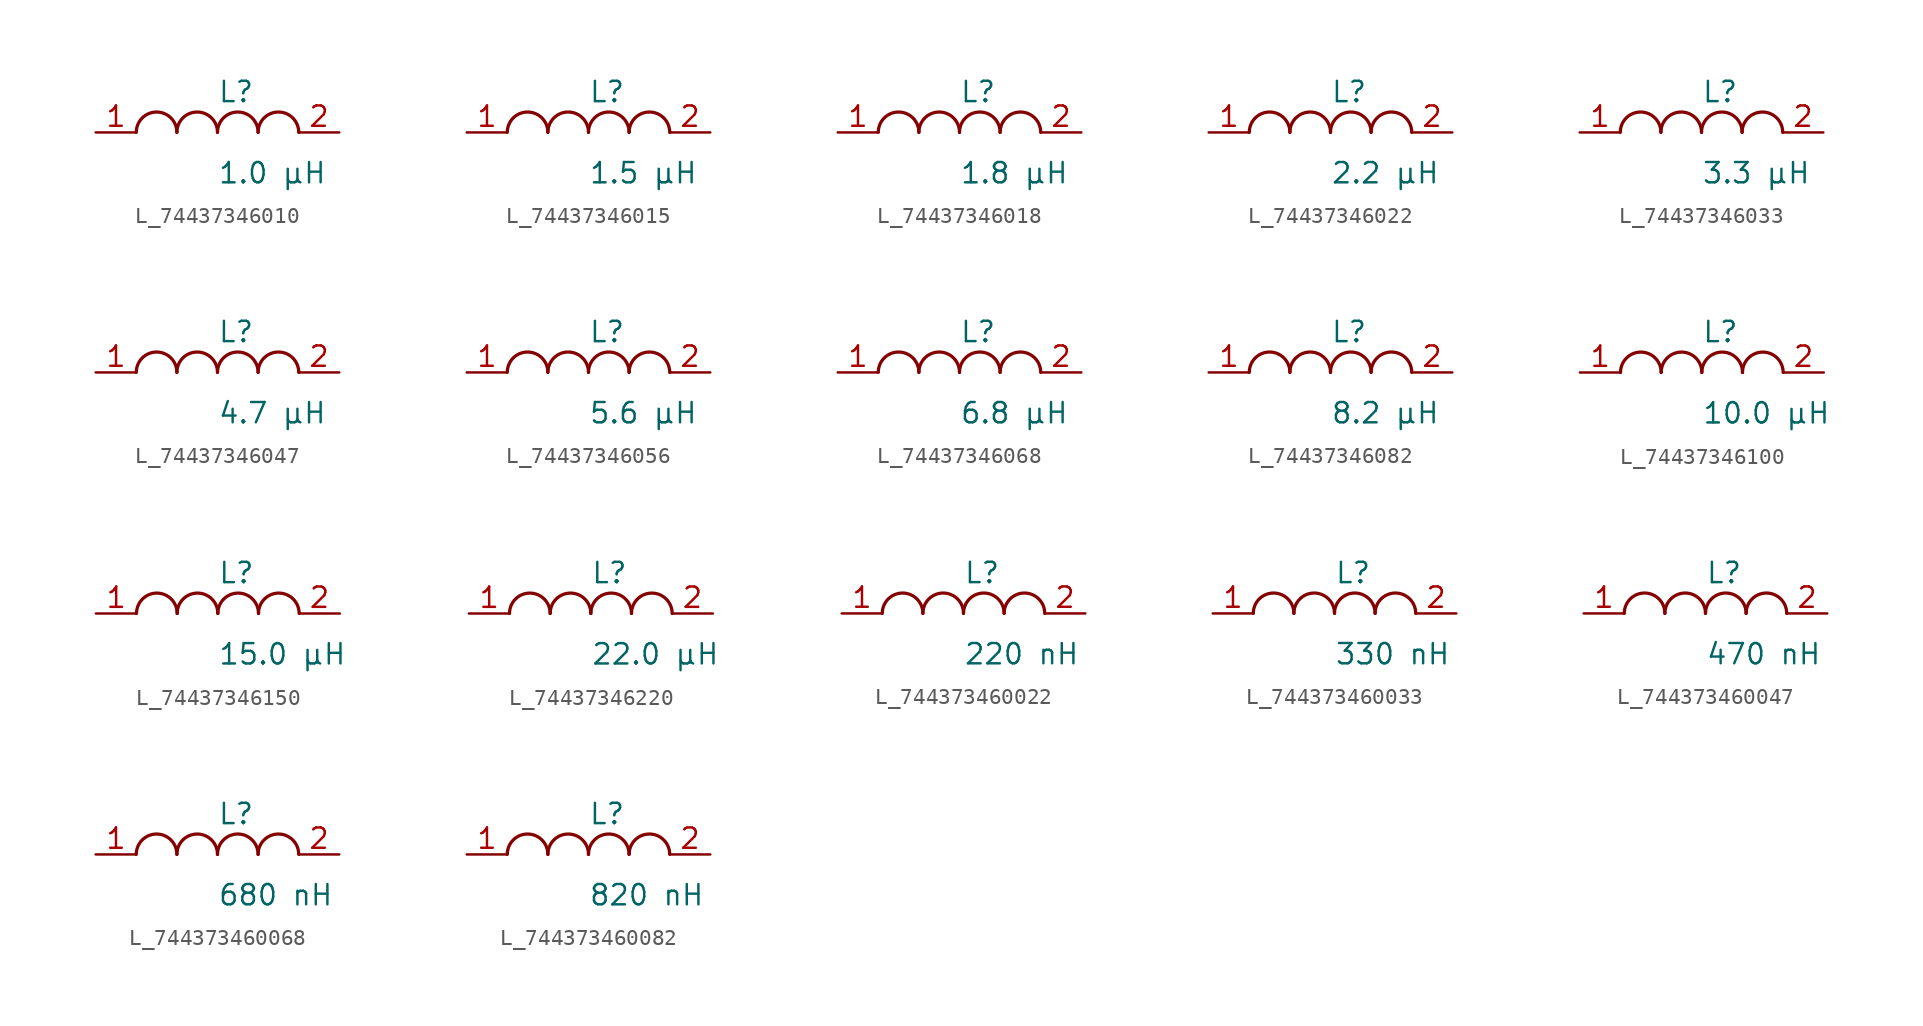
<source format=kicad_sym>
(kicad_symbol_lib
  (version 20231120)
  (generator kicad_symbol_editor)
  (generator_version 8.0)
  (symbol "L_74437346010"
    (pin_names
      (offset 0.254))
    (property "Reference" "L"
      (at 0 2.54 0)
      (effects (font (size 1.27 1.27)) (justify left)))
    (property "Value" "1.0 µH"
      (at 0 -2.54 0)
      (effects (font (size 1.27 1.27)) (justify left)))
    (symbol "L_74437346010_1_1"
      (arc (start -2.54 0.0056) (mid -3.81 1.27) (end -5.08 0.0056) (stroke (width 0.2032) (type default)) (fill (type none)))
      (arc (start 0 0.0056) (mid -1.27 1.27) (end -2.54 0.0056) (stroke (width 0.2032) (type default)) (fill (type none)))
      (arc (start 2.54 0.0056) (mid 1.27 1.27) (end 0 0.0056) (stroke (width 0.2032) (type default)) (fill (type none)))
      (arc (start 5.08 0.0056) (mid 3.81 1.27) (end 2.54 0.0056) (stroke (width 0.2032) (type default)) (fill (type none)))
      (pin unspecified line (at -7.62 0 0) (length 2.54) (name "" (effects (font (size 1.27 1.27)))) (number "1" (effects (font (size 1.27 1.27)))))
      (pin unspecified line (at 7.62 0 180) (length 2.54) (name "" (effects (font (size 1.27 1.27)))) (number "2" (effects (font (size 1.27 1.27)))))))
  (symbol "L_74437346015"
    (pin_names
      (offset 0.254))
    (property "Reference" "L"
      (at 0 2.54 0)
      (effects (font (size 1.27 1.27)) (justify left)))
    (property "Value" "1.5 µH"
      (at 0 -2.54 0)
      (effects (font (size 1.27 1.27)) (justify left)))
    (symbol "L_74437346015_1_1"
      (arc (start -2.54 0.0056) (mid -3.81 1.27) (end -5.08 0.0056) (stroke (width 0.2032) (type default)) (fill (type none)))
      (arc (start 0 0.0056) (mid -1.27 1.27) (end -2.54 0.0056) (stroke (width 0.2032) (type default)) (fill (type none)))
      (arc (start 2.54 0.0056) (mid 1.27 1.27) (end 0 0.0056) (stroke (width 0.2032) (type default)) (fill (type none)))
      (arc (start 5.08 0.0056) (mid 3.81 1.27) (end 2.54 0.0056) (stroke (width 0.2032) (type default)) (fill (type none)))
      (pin unspecified line (at -7.62 0 0) (length 2.54) (name "" (effects (font (size 1.27 1.27)))) (number "1" (effects (font (size 1.27 1.27)))))
      (pin unspecified line (at 7.62 0 180) (length 2.54) (name "" (effects (font (size 1.27 1.27)))) (number "2" (effects (font (size 1.27 1.27)))))))
  (symbol "L_74437346018"
    (pin_names
      (offset 0.254))
    (property "Reference" "L"
      (at 0 2.54 0)
      (effects (font (size 1.27 1.27)) (justify left)))
    (property "Value" "1.8 µH"
      (at 0 -2.54 0)
      (effects (font (size 1.27 1.27)) (justify left)))
    (symbol "L_74437346018_1_1"
      (arc (start -2.54 0.0056) (mid -3.81 1.27) (end -5.08 0.0056) (stroke (width 0.2032) (type default)) (fill (type none)))
      (arc (start 0 0.0056) (mid -1.27 1.27) (end -2.54 0.0056) (stroke (width 0.2032) (type default)) (fill (type none)))
      (arc (start 2.54 0.0056) (mid 1.27 1.27) (end 0 0.0056) (stroke (width 0.2032) (type default)) (fill (type none)))
      (arc (start 5.08 0.0056) (mid 3.81 1.27) (end 2.54 0.0056) (stroke (width 0.2032) (type default)) (fill (type none)))
      (pin unspecified line (at -7.62 0 0) (length 2.54) (name "" (effects (font (size 1.27 1.27)))) (number "1" (effects (font (size 1.27 1.27)))))
      (pin unspecified line (at 7.62 0 180) (length 2.54) (name "" (effects (font (size 1.27 1.27)))) (number "2" (effects (font (size 1.27 1.27)))))))
  (symbol "L_74437346022"
    (pin_names
      (offset 0.254))
    (property "Reference" "L"
      (at 0 2.54 0)
      (effects (font (size 1.27 1.27)) (justify left)))
    (property "Value" "2.2 µH"
      (at 0 -2.54 0)
      (effects (font (size 1.27 1.27)) (justify left)))
    (symbol "L_74437346022_1_1"
      (arc (start -2.54 0.0056) (mid -3.81 1.27) (end -5.08 0.0056) (stroke (width 0.2032) (type default)) (fill (type none)))
      (arc (start 0 0.0056) (mid -1.27 1.27) (end -2.54 0.0056) (stroke (width 0.2032) (type default)) (fill (type none)))
      (arc (start 2.54 0.0056) (mid 1.27 1.27) (end 0 0.0056) (stroke (width 0.2032) (type default)) (fill (type none)))
      (arc (start 5.08 0.0056) (mid 3.81 1.27) (end 2.54 0.0056) (stroke (width 0.2032) (type default)) (fill (type none)))
      (pin unspecified line (at -7.62 0 0) (length 2.54) (name "" (effects (font (size 1.27 1.27)))) (number "1" (effects (font (size 1.27 1.27)))))
      (pin unspecified line (at 7.62 0 180) (length 2.54) (name "" (effects (font (size 1.27 1.27)))) (number "2" (effects (font (size 1.27 1.27)))))))
  (symbol "L_74437346033"
    (pin_names
      (offset 0.254))
    (property "Reference" "L"
      (at 0 2.54 0)
      (effects (font (size 1.27 1.27)) (justify left)))
    (property "Value" "3.3 µH"
      (at 0 -2.54 0)
      (effects (font (size 1.27 1.27)) (justify left)))
    (symbol "L_74437346033_1_1"
      (arc (start -2.54 0.0056) (mid -3.81 1.27) (end -5.08 0.0056) (stroke (width 0.2032) (type default)) (fill (type none)))
      (arc (start 0 0.0056) (mid -1.27 1.27) (end -2.54 0.0056) (stroke (width 0.2032) (type default)) (fill (type none)))
      (arc (start 2.54 0.0056) (mid 1.27 1.27) (end 0 0.0056) (stroke (width 0.2032) (type default)) (fill (type none)))
      (arc (start 5.08 0.0056) (mid 3.81 1.27) (end 2.54 0.0056) (stroke (width 0.2032) (type default)) (fill (type none)))
      (pin unspecified line (at -7.62 0 0) (length 2.54) (name "" (effects (font (size 1.27 1.27)))) (number "1" (effects (font (size 1.27 1.27)))))
      (pin unspecified line (at 7.62 0 180) (length 2.54) (name "" (effects (font (size 1.27 1.27)))) (number "2" (effects (font (size 1.27 1.27)))))))
  (symbol "L_74437346047"
    (pin_names
      (offset 0.254))
    (property "Reference" "L"
      (at 0 2.54 0)
      (effects (font (size 1.27 1.27)) (justify left)))
    (property "Value" "4.7 µH"
      (at 0 -2.54 0)
      (effects (font (size 1.27 1.27)) (justify left)))
    (symbol "L_74437346047_1_1"
      (arc (start -2.54 0.0056) (mid -3.81 1.27) (end -5.08 0.0056) (stroke (width 0.2032) (type default)) (fill (type none)))
      (arc (start 0 0.0056) (mid -1.27 1.27) (end -2.54 0.0056) (stroke (width 0.2032) (type default)) (fill (type none)))
      (arc (start 2.54 0.0056) (mid 1.27 1.27) (end 0 0.0056) (stroke (width 0.2032) (type default)) (fill (type none)))
      (arc (start 5.08 0.0056) (mid 3.81 1.27) (end 2.54 0.0056) (stroke (width 0.2032) (type default)) (fill (type none)))
      (pin unspecified line (at -7.62 0 0) (length 2.54) (name "" (effects (font (size 1.27 1.27)))) (number "1" (effects (font (size 1.27 1.27)))))
      (pin unspecified line (at 7.62 0 180) (length 2.54) (name "" (effects (font (size 1.27 1.27)))) (number "2" (effects (font (size 1.27 1.27)))))))
  (symbol "L_74437346056"
    (pin_names
      (offset 0.254))
    (property "Reference" "L"
      (at 0 2.54 0)
      (effects (font (size 1.27 1.27)) (justify left)))
    (property "Value" "5.6 µH"
      (at 0 -2.54 0)
      (effects (font (size 1.27 1.27)) (justify left)))
    (symbol "L_74437346056_1_1"
      (arc (start -2.54 0.0056) (mid -3.81 1.27) (end -5.08 0.0056) (stroke (width 0.2032) (type default)) (fill (type none)))
      (arc (start 0 0.0056) (mid -1.27 1.27) (end -2.54 0.0056) (stroke (width 0.2032) (type default)) (fill (type none)))
      (arc (start 2.54 0.0056) (mid 1.27 1.27) (end 0 0.0056) (stroke (width 0.2032) (type default)) (fill (type none)))
      (arc (start 5.08 0.0056) (mid 3.81 1.27) (end 2.54 0.0056) (stroke (width 0.2032) (type default)) (fill (type none)))
      (pin unspecified line (at -7.62 0 0) (length 2.54) (name "" (effects (font (size 1.27 1.27)))) (number "1" (effects (font (size 1.27 1.27)))))
      (pin unspecified line (at 7.62 0 180) (length 2.54) (name "" (effects (font (size 1.27 1.27)))) (number "2" (effects (font (size 1.27 1.27)))))))
  (symbol "L_74437346068"
    (pin_names
      (offset 0.254))
    (property "Reference" "L"
      (at 0 2.54 0)
      (effects (font (size 1.27 1.27)) (justify left)))
    (property "Value" "6.8 µH"
      (at 0 -2.54 0)
      (effects (font (size 1.27 1.27)) (justify left)))
    (symbol "L_74437346068_1_1"
      (arc (start -2.54 0.0056) (mid -3.81 1.27) (end -5.08 0.0056) (stroke (width 0.2032) (type default)) (fill (type none)))
      (arc (start 0 0.0056) (mid -1.27 1.27) (end -2.54 0.0056) (stroke (width 0.2032) (type default)) (fill (type none)))
      (arc (start 2.54 0.0056) (mid 1.27 1.27) (end 0 0.0056) (stroke (width 0.2032) (type default)) (fill (type none)))
      (arc (start 5.08 0.0056) (mid 3.81 1.27) (end 2.54 0.0056) (stroke (width 0.2032) (type default)) (fill (type none)))
      (pin unspecified line (at -7.62 0 0) (length 2.54) (name "" (effects (font (size 1.27 1.27)))) (number "1" (effects (font (size 1.27 1.27)))))
      (pin unspecified line (at 7.62 0 180) (length 2.54) (name "" (effects (font (size 1.27 1.27)))) (number "2" (effects (font (size 1.27 1.27)))))))
  (symbol "L_74437346082"
    (pin_names
      (offset 0.254))
    (property "Reference" "L"
      (at 0 2.54 0)
      (effects (font (size 1.27 1.27)) (justify left)))
    (property "Value" "8.2 µH"
      (at 0 -2.54 0)
      (effects (font (size 1.27 1.27)) (justify left)))
    (symbol "L_74437346082_1_1"
      (arc (start -2.54 0.0056) (mid -3.81 1.27) (end -5.08 0.0056) (stroke (width 0.2032) (type default)) (fill (type none)))
      (arc (start 0 0.0056) (mid -1.27 1.27) (end -2.54 0.0056) (stroke (width 0.2032) (type default)) (fill (type none)))
      (arc (start 2.54 0.0056) (mid 1.27 1.27) (end 0 0.0056) (stroke (width 0.2032) (type default)) (fill (type none)))
      (arc (start 5.08 0.0056) (mid 3.81 1.27) (end 2.54 0.0056) (stroke (width 0.2032) (type default)) (fill (type none)))
      (pin unspecified line (at -7.62 0 0) (length 2.54) (name "" (effects (font (size 1.27 1.27)))) (number "1" (effects (font (size 1.27 1.27)))))
      (pin unspecified line (at 7.62 0 180) (length 2.54) (name "" (effects (font (size 1.27 1.27)))) (number "2" (effects (font (size 1.27 1.27)))))))
  (symbol "L_74437346100"
    (pin_names
      (offset 0.254))
    (property "Reference" "L"
      (at 0 2.54 0)
      (effects (font (size 1.27 1.27)) (justify left)))
    (property "Value" "10.0 µH"
      (at 0 -2.54 0)
      (effects (font (size 1.27 1.27)) (justify left)))
    (symbol "L_74437346100_1_1"
      (arc (start -2.54 0.0056) (mid -3.81 1.27) (end -5.08 0.0056) (stroke (width 0.2032) (type default)) (fill (type none)))
      (arc (start 0 0.0056) (mid -1.27 1.27) (end -2.54 0.0056) (stroke (width 0.2032) (type default)) (fill (type none)))
      (arc (start 2.54 0.0056) (mid 1.27 1.27) (end 0 0.0056) (stroke (width 0.2032) (type default)) (fill (type none)))
      (arc (start 5.08 0.0056) (mid 3.81 1.27) (end 2.54 0.0056) (stroke (width 0.2032) (type default)) (fill (type none)))
      (pin unspecified line (at -7.62 0 0) (length 2.54) (name "" (effects (font (size 1.27 1.27)))) (number "1" (effects (font (size 1.27 1.27)))))
      (pin unspecified line (at 7.62 0 180) (length 2.54) (name "" (effects (font (size 1.27 1.27)))) (number "2" (effects (font (size 1.27 1.27)))))))
  (symbol "L_74437346150"
    (pin_names
      (offset 0.254))
    (property "Reference" "L"
      (at 0 2.54 0)
      (effects (font (size 1.27 1.27)) (justify left)))
    (property "Value" "15.0 µH"
      (at 0 -2.54 0)
      (effects (font (size 1.27 1.27)) (justify left)))
    (symbol "L_74437346150_1_1"
      (arc (start -2.54 0.0056) (mid -3.81 1.27) (end -5.08 0.0056) (stroke (width 0.2032) (type default)) (fill (type none)))
      (arc (start 0 0.0056) (mid -1.27 1.27) (end -2.54 0.0056) (stroke (width 0.2032) (type default)) (fill (type none)))
      (arc (start 2.54 0.0056) (mid 1.27 1.27) (end 0 0.0056) (stroke (width 0.2032) (type default)) (fill (type none)))
      (arc (start 5.08 0.0056) (mid 3.81 1.27) (end 2.54 0.0056) (stroke (width 0.2032) (type default)) (fill (type none)))
      (pin unspecified line (at -7.62 0 0) (length 2.54) (name "" (effects (font (size 1.27 1.27)))) (number "1" (effects (font (size 1.27 1.27)))))
      (pin unspecified line (at 7.62 0 180) (length 2.54) (name "" (effects (font (size 1.27 1.27)))) (number "2" (effects (font (size 1.27 1.27)))))))
  (symbol "L_74437346220"
    (pin_names
      (offset 0.254))
    (property "Reference" "L"
      (at 0 2.54 0)
      (effects (font (size 1.27 1.27)) (justify left)))
    (property "Value" "22.0 µH"
      (at 0 -2.54 0)
      (effects (font (size 1.27 1.27)) (justify left)))
    (symbol "L_74437346220_1_1"
      (arc (start -2.54 0.0056) (mid -3.81 1.27) (end -5.08 0.0056) (stroke (width 0.2032) (type default)) (fill (type none)))
      (arc (start 0 0.0056) (mid -1.27 1.27) (end -2.54 0.0056) (stroke (width 0.2032) (type default)) (fill (type none)))
      (arc (start 2.54 0.0056) (mid 1.27 1.27) (end 0 0.0056) (stroke (width 0.2032) (type default)) (fill (type none)))
      (arc (start 5.08 0.0056) (mid 3.81 1.27) (end 2.54 0.0056) (stroke (width 0.2032) (type default)) (fill (type none)))
      (pin unspecified line (at -7.62 0 0) (length 2.54) (name "" (effects (font (size 1.27 1.27)))) (number "1" (effects (font (size 1.27 1.27)))))
      (pin unspecified line (at 7.62 0 180) (length 2.54) (name "" (effects (font (size 1.27 1.27)))) (number "2" (effects (font (size 1.27 1.27)))))))
  (symbol "L_744373460022"
    (pin_names
      (offset 0.254))
    (property "Reference" "L"
      (at 0 2.54 0)
      (effects (font (size 1.27 1.27)) (justify left)))
    (property "Value" "220 nH"
      (at 0 -2.54 0)
      (effects (font (size 1.27 1.27)) (justify left)))
    (symbol "L_744373460022_1_1"
      (arc (start -2.54 0.0056) (mid -3.81 1.27) (end -5.08 0.0056) (stroke (width 0.2032) (type default)) (fill (type none)))
      (arc (start 0 0.0056) (mid -1.27 1.27) (end -2.54 0.0056) (stroke (width 0.2032) (type default)) (fill (type none)))
      (arc (start 2.54 0.0056) (mid 1.27 1.27) (end 0 0.0056) (stroke (width 0.2032) (type default)) (fill (type none)))
      (arc (start 5.08 0.0056) (mid 3.81 1.27) (end 2.54 0.0056) (stroke (width 0.2032) (type default)) (fill (type none)))
      (pin unspecified line (at -7.62 0 0) (length 2.54) (name "" (effects (font (size 1.27 1.27)))) (number "1" (effects (font (size 1.27 1.27)))))
      (pin unspecified line (at 7.62 0 180) (length 2.54) (name "" (effects (font (size 1.27 1.27)))) (number "2" (effects (font (size 1.27 1.27)))))))
  (symbol "L_744373460033"
    (pin_names
      (offset 0.254))
    (property "Reference" "L"
      (at 0 2.54 0)
      (effects (font (size 1.27 1.27)) (justify left)))
    (property "Value" "330 nH"
      (at 0 -2.54 0)
      (effects (font (size 1.27 1.27)) (justify left)))
    (symbol "L_744373460033_1_1"
      (arc (start -2.54 0.0056) (mid -3.81 1.27) (end -5.08 0.0056) (stroke (width 0.2032) (type default)) (fill (type none)))
      (arc (start 0 0.0056) (mid -1.27 1.27) (end -2.54 0.0056) (stroke (width 0.2032) (type default)) (fill (type none)))
      (arc (start 2.54 0.0056) (mid 1.27 1.27) (end 0 0.0056) (stroke (width 0.2032) (type default)) (fill (type none)))
      (arc (start 5.08 0.0056) (mid 3.81 1.27) (end 2.54 0.0056) (stroke (width 0.2032) (type default)) (fill (type none)))
      (pin unspecified line (at -7.62 0 0) (length 2.54) (name "" (effects (font (size 1.27 1.27)))) (number "1" (effects (font (size 1.27 1.27)))))
      (pin unspecified line (at 7.62 0 180) (length 2.54) (name "" (effects (font (size 1.27 1.27)))) (number "2" (effects (font (size 1.27 1.27)))))))
  (symbol "L_744373460047"
    (pin_names
      (offset 0.254))
    (property "Reference" "L"
      (at 0 2.54 0)
      (effects (font (size 1.27 1.27)) (justify left)))
    (property "Value" "470 nH"
      (at 0 -2.54 0)
      (effects (font (size 1.27 1.27)) (justify left)))
    (symbol "L_744373460047_1_1"
      (arc (start -2.54 0.0056) (mid -3.81 1.27) (end -5.08 0.0056) (stroke (width 0.2032) (type default)) (fill (type none)))
      (arc (start 0 0.0056) (mid -1.27 1.27) (end -2.54 0.0056) (stroke (width 0.2032) (type default)) (fill (type none)))
      (arc (start 2.54 0.0056) (mid 1.27 1.27) (end 0 0.0056) (stroke (width 0.2032) (type default)) (fill (type none)))
      (arc (start 5.08 0.0056) (mid 3.81 1.27) (end 2.54 0.0056) (stroke (width 0.2032) (type default)) (fill (type none)))
      (pin unspecified line (at -7.62 0 0) (length 2.54) (name "" (effects (font (size 1.27 1.27)))) (number "1" (effects (font (size 1.27 1.27)))))
      (pin unspecified line (at 7.62 0 180) (length 2.54) (name "" (effects (font (size 1.27 1.27)))) (number "2" (effects (font (size 1.27 1.27)))))))
  (symbol "L_744373460068"
    (pin_names
      (offset 0.254))
    (property "Reference" "L"
      (at 0 2.54 0)
      (effects (font (size 1.27 1.27)) (justify left)))
    (property "Value" "680 nH"
      (at 0 -2.54 0)
      (effects (font (size 1.27 1.27)) (justify left)))
    (symbol "L_744373460068_1_1"
      (arc (start -2.54 0.0056) (mid -3.81 1.27) (end -5.08 0.0056) (stroke (width 0.2032) (type default)) (fill (type none)))
      (arc (start 0 0.0056) (mid -1.27 1.27) (end -2.54 0.0056) (stroke (width 0.2032) (type default)) (fill (type none)))
      (arc (start 2.54 0.0056) (mid 1.27 1.27) (end 0 0.0056) (stroke (width 0.2032) (type default)) (fill (type none)))
      (arc (start 5.08 0.0056) (mid 3.81 1.27) (end 2.54 0.0056) (stroke (width 0.2032) (type default)) (fill (type none)))
      (pin unspecified line (at -7.62 0 0) (length 2.54) (name "" (effects (font (size 1.27 1.27)))) (number "1" (effects (font (size 1.27 1.27)))))
      (pin unspecified line (at 7.62 0 180) (length 2.54) (name "" (effects (font (size 1.27 1.27)))) (number "2" (effects (font (size 1.27 1.27)))))))
  (symbol "L_744373460082"
    (pin_names
      (offset 0.254))
    (property "Reference" "L"
      (at 0 2.54 0)
      (effects (font (size 1.27 1.27)) (justify left)))
    (property "Value" "820 nH"
      (at 0 -2.54 0)
      (effects (font (size 1.27 1.27)) (justify left)))
    (symbol "L_744373460082_1_1"
      (arc (start -2.54 0.0056) (mid -3.81 1.27) (end -5.08 0.0056) (stroke (width 0.2032) (type default)) (fill (type none)))
      (arc (start 0 0.0056) (mid -1.27 1.27) (end -2.54 0.0056) (stroke (width 0.2032) (type default)) (fill (type none)))
      (arc (start 2.54 0.0056) (mid 1.27 1.27) (end 0 0.0056) (stroke (width 0.2032) (type default)) (fill (type none)))
      (arc (start 5.08 0.0056) (mid 3.81 1.27) (end 2.54 0.0056) (stroke (width 0.2032) (type default)) (fill (type none)))
      (pin unspecified line (at -7.62 0 0) (length 2.54) (name "" (effects (font (size 1.27 1.27)))) (number "1" (effects (font (size 1.27 1.27)))))
      (pin unspecified line (at 7.62 0 180) (length 2.54) (name "" (effects (font (size 1.27 1.27)))) (number "2" (effects (font (size 1.27 1.27))))))))
</source>
